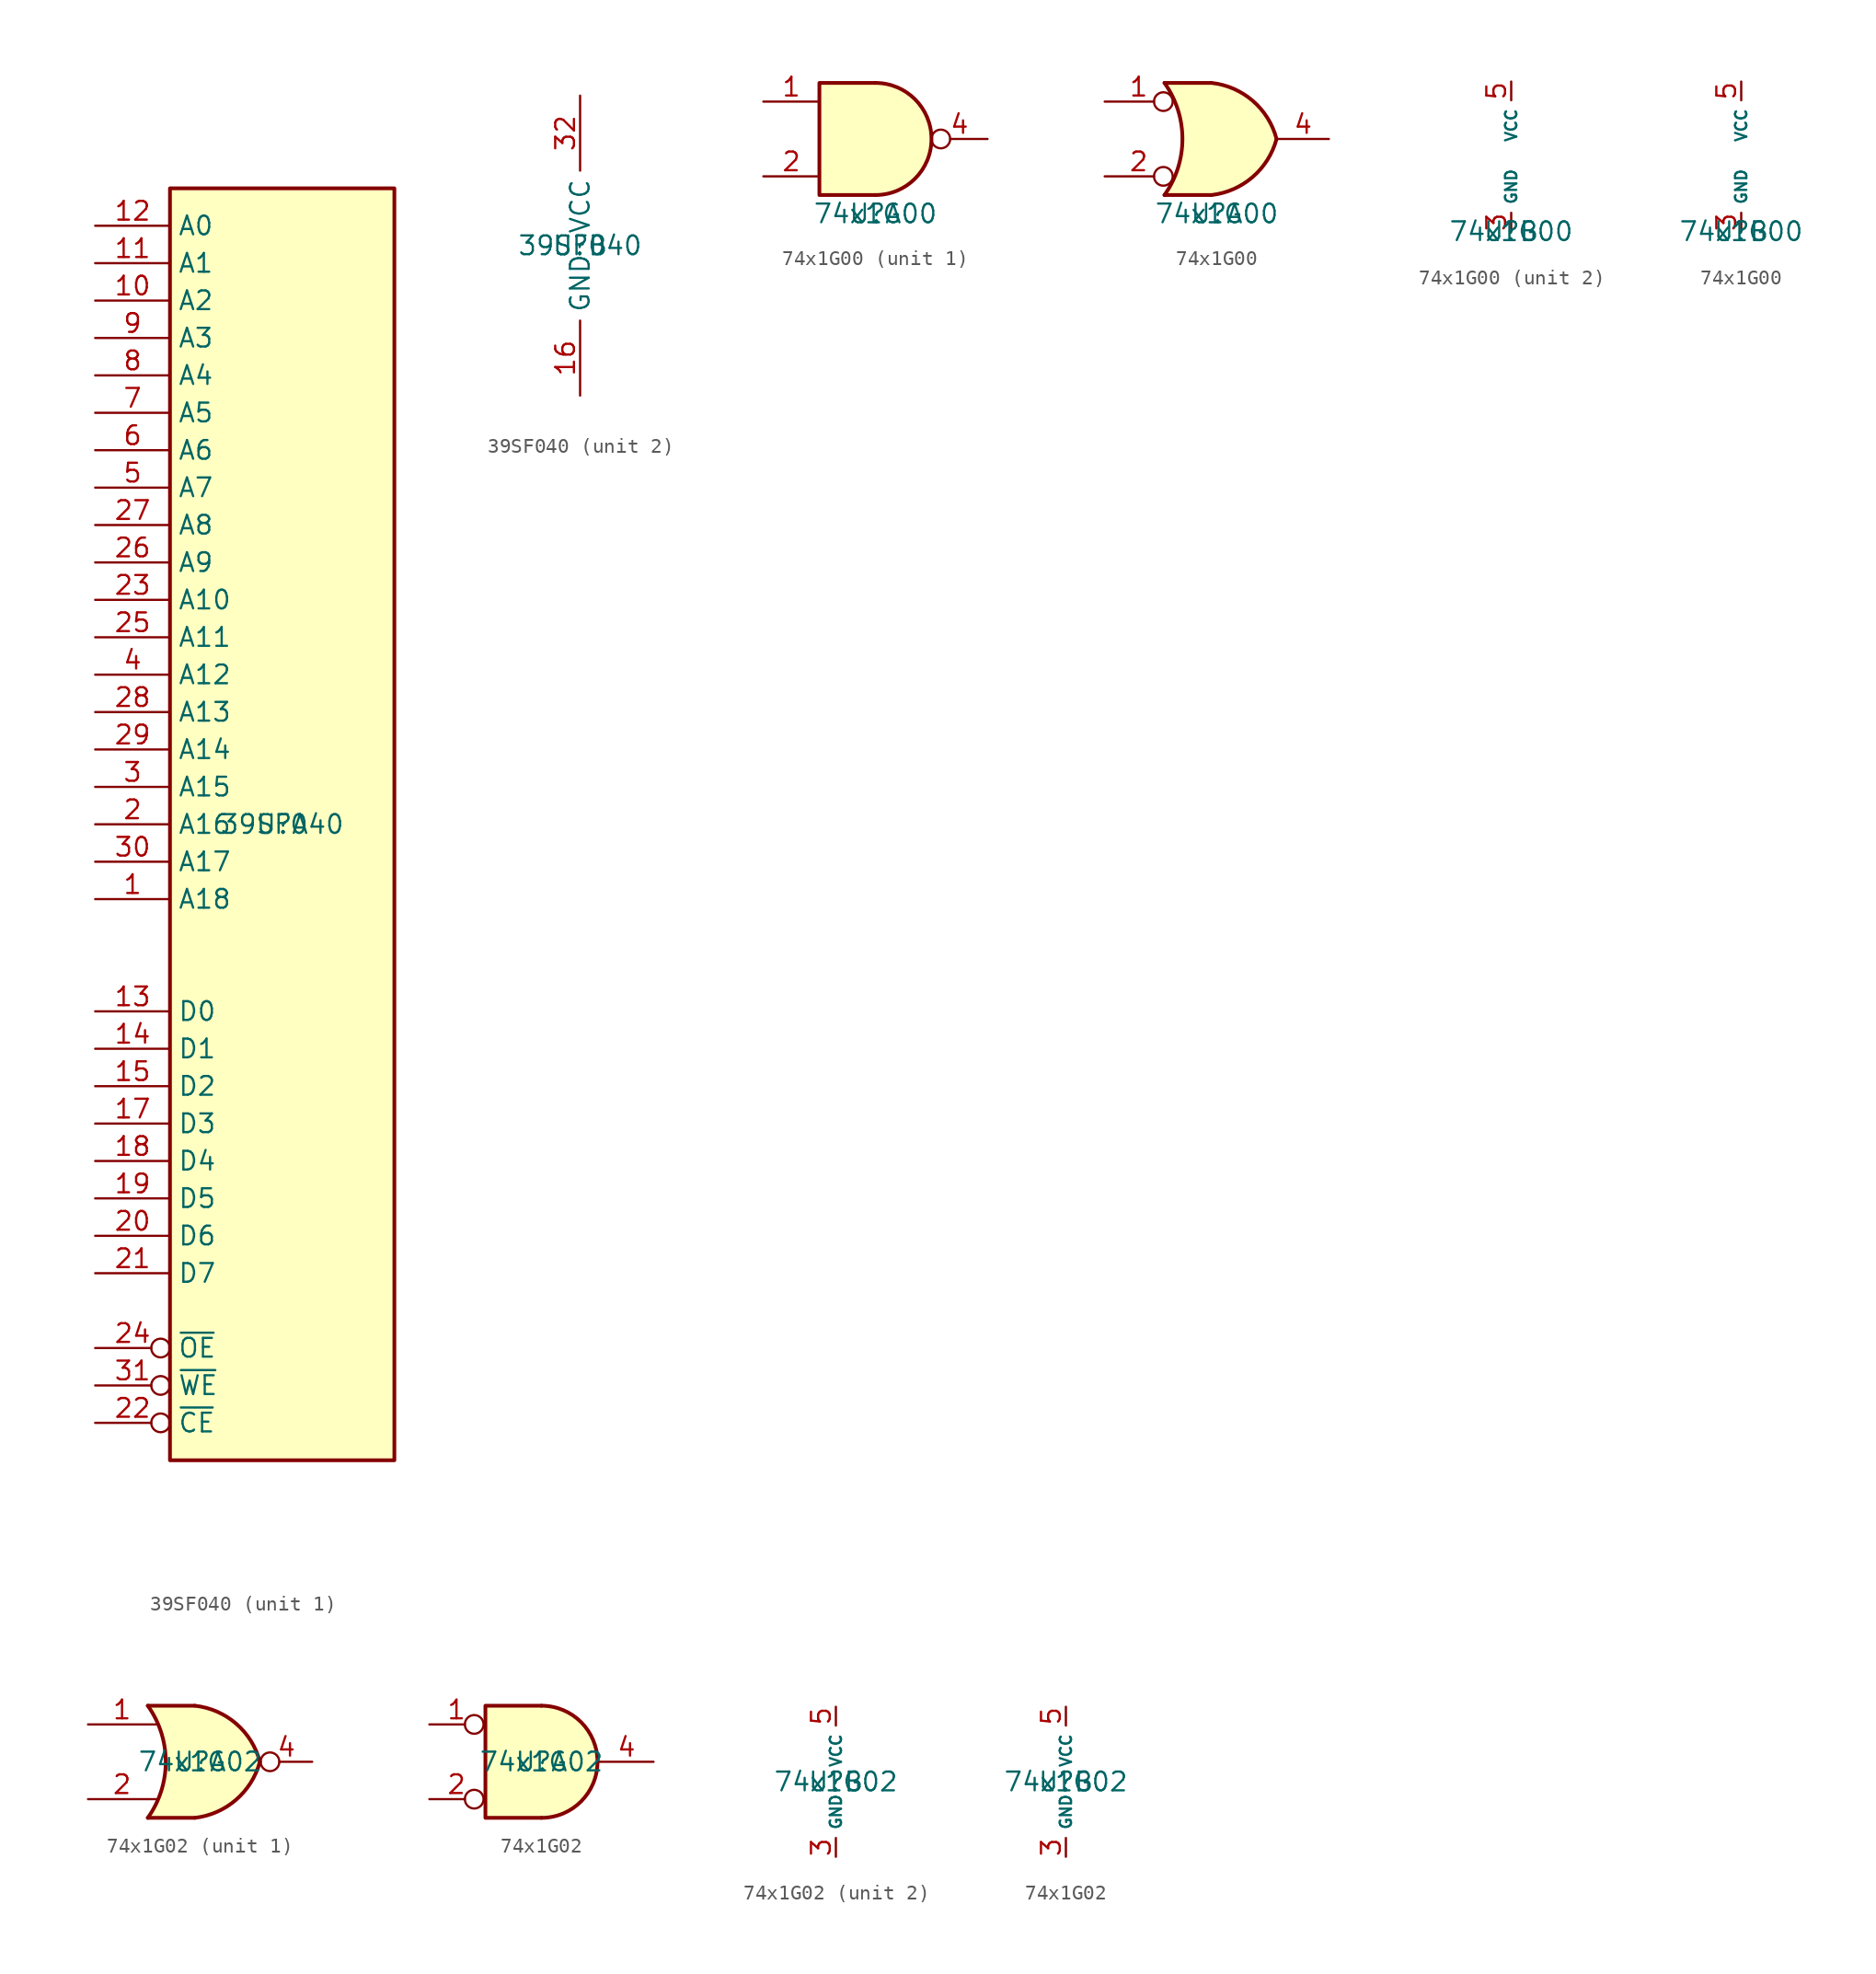
<source format=kicad_sym>
(kicad_symbol_lib
  (version 20211014)
  (generator kicad_symbol_editor)
  (symbol "39SF040"
    (property "Reference" "U"
      (at 0 0 0)
      (effects (font (size 1.27 1.27))))
    (property "Value" "39SF040"
      (at 0 0 0)
      (effects (font (size 1.27 1.27))))
    (property "ki_locked" ""
      (at 0 0 0)
      (effects (font (size 1.27 1.27))))
    (symbol "39SF040_1_1"
      (rectangle (start -7.62 43.18) (end 7.62 -43.18) (stroke (width 0.254) (type default) (color 0 0 0 0)) (fill (type background)))
      (pin input line (at -12.7 -5.08 0) (length 5.08) (name "A18" (effects (font (size 1.27 1.27)))) (number "1" (effects (font (size 1.27 1.27)))))
      (pin input line (at -12.7 35.56 0) (length 5.08) (name "A2" (effects (font (size 1.27 1.27)))) (number "10" (effects (font (size 1.27 1.27)))))
      (pin input line (at -12.7 38.1 0) (length 5.08) (name "A1" (effects (font (size 1.27 1.27)))) (number "11" (effects (font (size 1.27 1.27)))))
      (pin input line (at -12.7 40.64 0) (length 5.08) (name "A0" (effects (font (size 1.27 1.27)))) (number "12" (effects (font (size 1.27 1.27)))))
      (pin bidirectional line (at -12.7 -12.7 0) (length 5.08) (name "D0" (effects (font (size 1.27 1.27)))) (number "13" (effects (font (size 1.27 1.27)))))
      (pin bidirectional line (at -12.7 -15.24 0) (length 5.08) (name "D1" (effects (font (size 1.27 1.27)))) (number "14" (effects (font (size 1.27 1.27)))))
      (pin bidirectional line (at -12.7 -17.78 0) (length 5.08) (name "D2" (effects (font (size 1.27 1.27)))) (number "15" (effects (font (size 1.27 1.27)))))
      (pin bidirectional line (at -12.7 -20.32 0) (length 5.08) (name "D3" (effects (font (size 1.27 1.27)))) (number "17" (effects (font (size 1.27 1.27)))))
      (pin bidirectional line (at -12.7 -22.86 0) (length 5.08) (name "D4" (effects (font (size 1.27 1.27)))) (number "18" (effects (font (size 1.27 1.27)))))
      (pin bidirectional line (at -12.7 -25.4 0) (length 5.08) (name "D5" (effects (font (size 1.27 1.27)))) (number "19" (effects (font (size 1.27 1.27)))))
      (pin input line (at -12.7 0 0) (length 5.08) (name "A16" (effects (font (size 1.27 1.27)))) (number "2" (effects (font (size 1.27 1.27)))))
      (pin bidirectional line (at -12.7 -27.94 0) (length 5.08) (name "D6" (effects (font (size 1.27 1.27)))) (number "20" (effects (font (size 1.27 1.27)))))
      (pin bidirectional line (at -12.7 -30.48 0) (length 5.08) (name "D7" (effects (font (size 1.27 1.27)))) (number "21" (effects (font (size 1.27 1.27)))))
      (pin input inverted (at -12.7 -40.64 0) (length 5.08) (name "~{CE}" (effects (font (size 1.27 1.27)))) (number "22" (effects (font (size 1.27 1.27)))))
      (pin input line (at -12.7 15.24 0) (length 5.08) (name "A10" (effects (font (size 1.27 1.27)))) (number "23" (effects (font (size 1.27 1.27)))))
      (pin input inverted (at -12.7 -35.56 0) (length 5.08) (name "~{OE}" (effects (font (size 1.27 1.27)))) (number "24" (effects (font (size 1.27 1.27)))))
      (pin input line (at -12.7 12.7 0) (length 5.08) (name "A11" (effects (font (size 1.27 1.27)))) (number "25" (effects (font (size 1.27 1.27)))))
      (pin input line (at -12.7 17.78 0) (length 5.08) (name "A9" (effects (font (size 1.27 1.27)))) (number "26" (effects (font (size 1.27 1.27)))))
      (pin input line (at -12.7 20.32 0) (length 5.08) (name "A8" (effects (font (size 1.27 1.27)))) (number "27" (effects (font (size 1.27 1.27)))))
      (pin input line (at -12.7 7.62 0) (length 5.08) (name "A13" (effects (font (size 1.27 1.27)))) (number "28" (effects (font (size 1.27 1.27)))))
      (pin input line (at -12.7 5.08 0) (length 5.08) (name "A14" (effects (font (size 1.27 1.27)))) (number "29" (effects (font (size 1.27 1.27)))))
      (pin input line (at -12.7 2.54 0) (length 5.08) (name "A15" (effects (font (size 1.27 1.27)))) (number "3" (effects (font (size 1.27 1.27)))))
      (pin input line (at -12.7 -2.54 0) (length 5.08) (name "A17" (effects (font (size 1.27 1.27)))) (number "30" (effects (font (size 1.27 1.27)))))
      (pin input inverted (at -12.7 -38.1 0) (length 5.08) (name "~{WE}" (effects (font (size 1.27 1.27)))) (number "31" (effects (font (size 1.27 1.27)))))
      (pin input line (at -12.7 10.16 0) (length 5.08) (name "A12" (effects (font (size 1.27 1.27)))) (number "4" (effects (font (size 1.27 1.27)))))
      (pin input line (at -12.7 22.86 0) (length 5.08) (name "A7" (effects (font (size 1.27 1.27)))) (number "5" (effects (font (size 1.27 1.27)))))
      (pin input line (at -12.7 25.4 0) (length 5.08) (name "A6" (effects (font (size 1.27 1.27)))) (number "6" (effects (font (size 1.27 1.27)))))
      (pin input line (at -12.7 27.94 0) (length 5.08) (name "A5" (effects (font (size 1.27 1.27)))) (number "7" (effects (font (size 1.27 1.27)))))
      (pin input line (at -12.7 30.48 0) (length 5.08) (name "A4" (effects (font (size 1.27 1.27)))) (number "8" (effects (font (size 1.27 1.27)))))
      (pin input line (at -12.7 33.02 0) (length 5.08) (name "A3" (effects (font (size 1.27 1.27)))) (number "9" (effects (font (size 1.27 1.27))))))
    (symbol "39SF040_2_1"
      (pin power_in line (at 0 -10.16 90) (length 5.08) (name "GND" (effects (font (size 1.27 1.27)))) (number "16" (effects (font (size 1.27 1.27)))))
      (pin power_in line (at 0 10.16 270) (length 5.08) (name "VCC" (effects (font (size 1.27 1.27)))) (number "32" (effects (font (size 1.27 1.27)))))))
  (symbol "74x1G00"
    (property "Reference" "U"
      (at 0 -5.08 0)
      (effects (font (size 1.27 1.27))))
    (property "Value" "74x1G00"
      (at 0 -5.08 0)
      (effects (font (size 1.27 1.27))))
    (property "ki_locked" ""
      (at 0 0 0)
      (effects (font (size 1.27 1.27))))
    (symbol "74x1G00_1_1"
      (arc (start 0 -3.81) (mid 3.81 0) (end 0 3.81) (stroke (width 0.254) (type default) (color 0 0 0 0)) (fill (type background)))
      (polyline (pts (xy 0 3.81) (xy -3.81 3.81) (xy -3.81 -3.81) (xy 0 -3.81)) (stroke (width 0.254) (type default) (color 0 0 0 0)) (fill (type background)))
      (pin input line (at -7.62 2.54 0) (length 3.81) (name "~" (effects (font (size 1.27 1.27)))) (number "1" (effects (font (size 1.27 1.27)))))
      (pin input line (at -7.62 -2.54 0) (length 3.81) (name "~" (effects (font (size 1.27 1.27)))) (number "2" (effects (font (size 1.27 1.27)))))
      (pin output inverted (at 7.62 0 180) (length 3.81) (name "~" (effects (font (size 1.27 1.27)))) (number "4" (effects (font (size 1.27 1.27))))))
    (symbol "74x1G00_1_2"
      (arc (start -3.5562 -3.81) (mid -2.3352 0) (end -3.5562 3.81) (stroke (width 0.254) (type default) (color 0 0 0 0)) (fill (type none)))
      (arc (start -0.3558 -3.81) (mid 2.4393 -2.584) (end 4.0638 0) (stroke (width 0.254) (type default) (color 0 0 0 0)) (fill (type background)))
      (polyline (pts (xy -3.556 -3.81) (xy -0.381 -3.81)) (stroke (width 0.254) (type default) (color 0 0 0 0)) (fill (type background)))
      (polyline (pts (xy -3.556 3.81) (xy -0.381 3.81)) (stroke (width 0.254) (type default) (color 0 0 0 0)) (fill (type background)))
      (polyline (pts (xy -0.381 3.81) (xy -3.556 3.81) (xy -3.556 3.81) (xy -3.302 3.404) (xy -2.769 2.261) (xy -2.439 1.041) (xy -2.362 -0.254) (xy -2.515 -1.499) (xy -2.921 -2.718) (xy -3.556 -3.81) (xy -3.556 -3.81) (xy -0.381 -3.81)) (stroke (width -25.4) (type default) (color 0 0 0 0)) (fill (type background)))
      (arc (start 4.0638 0) (mid 2.4466 2.5925) (end -0.3558 3.81) (stroke (width 0.254) (type default) (color 0 0 0 0)) (fill (type background)))
      (pin input inverted (at -7.62 2.54 0) (length 4.623) (name "~" (effects (font (size 1.27 1.27)))) (number "1" (effects (font (size 1.27 1.27)))))
      (pin input inverted (at -7.62 -2.54 0) (length 4.623) (name "~" (effects (font (size 1.27 1.27)))) (number "2" (effects (font (size 1.27 1.27)))))
      (pin output line (at 7.62 0 180) (length 3.505) (name "~" (effects (font (size 1.27 1.27)))) (number "4" (effects (font (size 1.27 1.27))))))
    (symbol "74x1G00_2_1"
      (pin power_in line (at 0 -5.08 90) (length 1.27) (name "GND" (effects (font (size 0.762 0.762)))) (number "3" (effects (font (size 1.27 1.27)))))
      (pin power_in line (at 0 5.08 270) (length 1.27) (name "VCC" (effects (font (size 0.762 0.762)))) (number "5" (effects (font (size 1.27 1.27))))))
    (symbol "74x1G00_2_2"
      (pin power_in line (at 0 -5.08 90) (length 1.27) (name "GND" (effects (font (size 0.762 0.762)))) (number "3" (effects (font (size 1.27 1.27)))))
      (pin power_in line (at 0 5.08 270) (length 1.27) (name "VCC" (effects (font (size 0.762 0.762)))) (number "5" (effects (font (size 1.27 1.27)))))))
  (symbol "74x1G02"
    (property "Reference" "U"
      (at 0 0 0)
      (effects (font (size 1.27 1.27))))
    (property "Value" "74x1G02"
      (at 0 0 0)
      (effects (font (size 1.27 1.27))))
    (property "ki_locked" ""
      (at 0 0 0)
      (effects (font (size 1.27 1.27))))
    (symbol "74x1G02_1_1"
      (arc (start -3.5562 -3.81) (mid -2.3352 0) (end -3.5562 3.81) (stroke (width 0.254) (type default) (color 0 0 0 0)) (fill (type none)))
      (arc (start -0.3558 -3.81) (mid 2.4393 -2.584) (end 4.0638 0) (stroke (width 0.254) (type default) (color 0 0 0 0)) (fill (type background)))
      (polyline (pts (xy -3.556 -3.81) (xy -0.381 -3.81)) (stroke (width 0.254) (type default) (color 0 0 0 0)) (fill (type background)))
      (polyline (pts (xy -3.556 3.81) (xy -0.381 3.81)) (stroke (width 0.254) (type default) (color 0 0 0 0)) (fill (type background)))
      (polyline (pts (xy -0.381 3.81) (xy -3.556 3.81) (xy -3.556 3.81) (xy -3.302 3.404) (xy -2.769 2.261) (xy -2.439 1.041) (xy -2.362 -0.254) (xy -2.515 -1.499) (xy -2.921 -2.718) (xy -3.556 -3.81) (xy -3.556 -3.81) (xy -0.381 -3.81)) (stroke (width -25.4) (type default) (color 0 0 0 0)) (fill (type background)))
      (arc (start 4.0638 0) (mid 2.4466 2.5925) (end -0.3558 3.81) (stroke (width 0.254) (type default) (color 0 0 0 0)) (fill (type background)))
      (pin input line (at -7.62 2.54 0) (length 4.623) (name "~" (effects (font (size 1.27 1.27)))) (number "1" (effects (font (size 1.27 1.27)))))
      (pin input line (at -7.62 -2.54 0) (length 4.623) (name "~" (effects (font (size 1.27 1.27)))) (number "2" (effects (font (size 1.27 1.27)))))
      (pin output inverted (at 7.62 0 180) (length 3.505) (name "~" (effects (font (size 1.27 1.27)))) (number "4" (effects (font (size 1.27 1.27))))))
    (symbol "74x1G02_1_2"
      (arc (start 0 -3.81) (mid 3.81 0) (end 0 3.81) (stroke (width 0.254) (type default) (color 0 0 0 0)) (fill (type background)))
      (polyline (pts (xy 0 3.81) (xy -3.81 3.81) (xy -3.81 -3.81) (xy 0 -3.81)) (stroke (width 0.254) (type default) (color 0 0 0 0)) (fill (type background)))
      (pin input inverted (at -7.62 2.54 0) (length 3.683) (name "~" (effects (font (size 1.27 1.27)))) (number "1" (effects (font (size 1.27 1.27)))))
      (pin input inverted (at -7.62 -2.54 0) (length 3.683) (name "~" (effects (font (size 1.27 1.27)))) (number "2" (effects (font (size 1.27 1.27)))))
      (pin output line (at 7.62 0 180) (length 3.683) (name "~" (effects (font (size 1.27 1.27)))) (number "4" (effects (font (size 1.27 1.27))))))
    (symbol "74x1G02_2_1"
      (pin power_in line (at 0 -5.08 90) (length 1.27) (name "GND" (effects (font (size 0.762 0.762)))) (number "3" (effects (font (size 1.27 1.27)))))
      (pin power_in line (at 0 5.08 270) (length 1.27) (name "VCC" (effects (font (size 0.762 0.762)))) (number "5" (effects (font (size 1.27 1.27))))))
    (symbol "74x1G02_2_2"
      (pin power_in line (at 0 -5.08 90) (length 1.27) (name "GND" (effects (font (size 0.762 0.762)))) (number "3" (effects (font (size 1.27 1.27)))))
      (pin power_in line (at 0 5.08 270) (length 1.27) (name "VCC" (effects (font (size 0.762 0.762)))) (number "5" (effects (font (size 1.27 1.27))))))))
</source>
